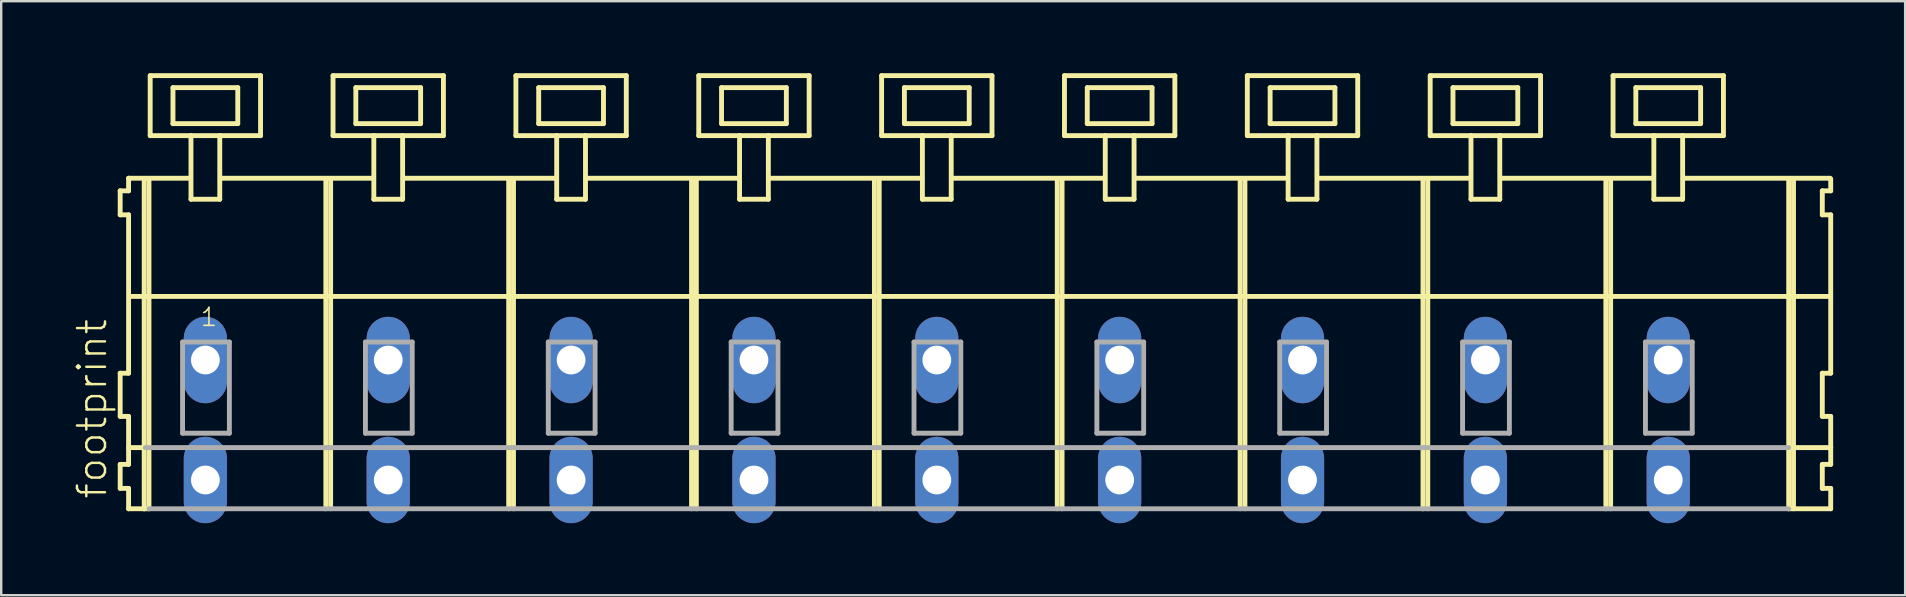
<source format=kicad_pcb>
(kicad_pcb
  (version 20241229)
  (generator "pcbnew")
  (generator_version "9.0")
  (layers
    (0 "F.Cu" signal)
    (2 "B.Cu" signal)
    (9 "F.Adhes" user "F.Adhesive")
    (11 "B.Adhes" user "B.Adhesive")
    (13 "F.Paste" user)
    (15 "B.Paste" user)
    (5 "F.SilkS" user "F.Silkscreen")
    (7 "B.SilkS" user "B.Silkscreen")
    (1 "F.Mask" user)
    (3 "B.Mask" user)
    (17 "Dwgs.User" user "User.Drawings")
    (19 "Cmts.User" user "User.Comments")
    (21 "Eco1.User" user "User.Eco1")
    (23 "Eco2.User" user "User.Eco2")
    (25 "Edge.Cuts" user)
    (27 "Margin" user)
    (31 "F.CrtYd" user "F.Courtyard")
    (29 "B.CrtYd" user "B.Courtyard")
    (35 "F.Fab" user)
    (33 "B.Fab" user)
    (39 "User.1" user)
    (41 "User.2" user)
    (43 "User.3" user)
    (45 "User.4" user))
  (footprint "footprint"
    (layer "F.Cu")
    (at 33.448 11.952)
    (property "Reference" "footprint" (at -31.975 5.855 90) (layer "F.SilkS") (effects (font (size 1.168 1.168) (thickness 0.102)) (justify left bottom)))
    (fp_line (start -31.49 -7.05) (end -31.49 -6.05) (stroke (width 0.203) (type solid)) (layer "F.SilkS"))
    (fp_line (start -31.49 -6.05) (end -31.14 -6.05) (stroke (width 0.203) (type solid)) (layer "F.SilkS"))
    (fp_line (start -31.49 0.55) (end -31.49 2.35) (stroke (width 0.203) (type solid)) (layer "F.SilkS"))
    (fp_line (start -31.49 2.35) (end -31.14 2.35) (stroke (width 0.203) (type solid)) (layer "F.SilkS"))
    (fp_line (start -31.49 4.35) (end -31.49 5.35) (stroke (width 0.203) (type solid)) (layer "F.SilkS"))
    (fp_line (start -31.49 5.35) (end -31.14 5.35) (stroke (width 0.203) (type solid)) (layer "F.SilkS"))
    (fp_line (start -31.14 -7.575) (end -31.14 -7.05) (stroke (width 0.203) (type solid)) (layer "F.SilkS"))
    (fp_line (start -31.14 -7.575) (end -28.565 -7.575) (stroke (width 0.203) (type solid)) (layer "F.SilkS"))
    (fp_line (start -31.14 -7.05) (end -31.49 -7.05) (stroke (width 0.203) (type solid)) (layer "F.SilkS"))
    (fp_line (start -31.14 -6.05) (end -31.14 0.55) (stroke (width 0.203) (type solid)) (layer "F.SilkS"))
    (fp_line (start -31.14 0.55) (end -31.49 0.55) (stroke (width 0.203) (type solid)) (layer "F.SilkS"))
    (fp_line (start -31.14 2.35) (end -31.14 4.35) (stroke (width 0.203) (type solid)) (layer "F.SilkS"))
    (fp_line (start -31.14 3.65) (end -30.44 3.65) (stroke (width 0.203) (type solid)) (layer "F.SilkS"))
    (fp_line (start -31.14 4.35) (end -31.49 4.35) (stroke (width 0.203) (type solid)) (layer "F.SilkS"))
    (fp_line (start -31.14 5.35) (end -31.14 6.2) (stroke (width 0.203) (type solid)) (layer "F.SilkS"))
    (fp_line (start -31.14 6.2) (end -30.49 6.2) (stroke (width 0.203) (type solid)) (layer "F.SilkS"))
    (fp_line (start -31.09 -2.65) (end 39.74 -2.65) (stroke (width 0.203) (type solid)) (layer "F.SilkS"))
    (fp_line (start -30.49 -7.55) (end -30.49 6.2) (stroke (width 0.203) (type solid)) (layer "F.SilkS"))
    (fp_line (start -30.49 6.2) (end -30.29 6.2) (stroke (width 0.203) (type solid)) (layer "F.SilkS"))
    (fp_line (start -30.29 -7.55) (end -30.29 6.2) (stroke (width 0.203) (type solid)) (layer "F.SilkS"))
    (fp_line (start -30.24 -11.85) (end -30.24 -9.35) (stroke (width 0.203) (type solid)) (layer "F.SilkS"))
    (fp_line (start -30.24 -9.35) (end -28.54 -9.35) (stroke (width 0.203) (type solid)) (layer "F.SilkS"))
    (fp_line (start -29.29 -11.35) (end -29.29 -9.85) (stroke (width 0.203) (type solid)) (layer "F.SilkS"))
    (fp_line (start -29.29 -9.85) (end -26.59 -9.85) (stroke (width 0.203) (type solid)) (layer "F.SilkS"))
    (fp_line (start -28.54 -9.35) (end -28.54 -6.7) (stroke (width 0.203) (type solid)) (layer "F.SilkS"))
    (fp_line (start -28.54 -9.35) (end -27.34 -9.35) (stroke (width 0.203) (type solid)) (layer "F.SilkS"))
    (fp_line (start -28.54 -6.7) (end -27.34 -6.7) (stroke (width 0.203) (type solid)) (layer "F.SilkS"))
    (fp_line (start -27.34 -9.35) (end -25.64 -9.35) (stroke (width 0.203) (type solid)) (layer "F.SilkS"))
    (fp_line (start -27.34 -6.7) (end -27.34 -9.35) (stroke (width 0.203) (type solid)) (layer "F.SilkS"))
    (fp_line (start -27.315 -7.575) (end -20.941 -7.575) (stroke (width 0.203) (type solid)) (layer "F.SilkS"))
    (fp_line (start -26.59 -11.35) (end -29.29 -11.35) (stroke (width 0.203) (type solid)) (layer "F.SilkS"))
    (fp_line (start -26.59 -9.85) (end -26.59 -11.35) (stroke (width 0.203) (type solid)) (layer "F.SilkS"))
    (fp_line (start -25.64 -11.85) (end -30.24 -11.85) (stroke (width 0.203) (type solid)) (layer "F.SilkS"))
    (fp_line (start -25.64 -9.35) (end -25.64 -11.85) (stroke (width 0.203) (type solid)) (layer "F.SilkS"))
    (fp_line (start -22.92 -7.55) (end -22.92 6.2) (stroke (width 0.203) (type solid)) (layer "F.SilkS"))
    (fp_line (start -22.72 -7.55) (end -22.72 6.2) (stroke (width 0.203) (type solid)) (layer "F.SilkS"))
    (fp_line (start -22.62 -11.85) (end -22.62 -9.35) (stroke (width 0.203) (type solid)) (layer "F.SilkS"))
    (fp_line (start -22.62 -9.35) (end -20.92 -9.35) (stroke (width 0.203) (type solid)) (layer "F.SilkS"))
    (fp_line (start -21.67 -11.35) (end -21.67 -9.85) (stroke (width 0.203) (type solid)) (layer "F.SilkS"))
    (fp_line (start -21.67 -9.85) (end -18.97 -9.85) (stroke (width 0.203) (type solid)) (layer "F.SilkS"))
    (fp_line (start -20.92 -9.35) (end -20.92 -6.7) (stroke (width 0.203) (type solid)) (layer "F.SilkS"))
    (fp_line (start -20.92 -9.35) (end -19.72 -9.35) (stroke (width 0.203) (type solid)) (layer "F.SilkS"))
    (fp_line (start -20.92 -6.7) (end -19.72 -6.7) (stroke (width 0.203) (type solid)) (layer "F.SilkS"))
    (fp_line (start -19.72 -9.35) (end -18.02 -9.35) (stroke (width 0.203) (type solid)) (layer "F.SilkS"))
    (fp_line (start -19.72 -6.7) (end -19.72 -9.35) (stroke (width 0.203) (type solid)) (layer "F.SilkS"))
    (fp_line (start -19.695 -7.575) (end -13.321 -7.575) (stroke (width 0.203) (type solid)) (layer "F.SilkS"))
    (fp_line (start -18.97 -11.35) (end -21.67 -11.35) (stroke (width 0.203) (type solid)) (layer "F.SilkS"))
    (fp_line (start -18.97 -9.85) (end -18.97 -11.35) (stroke (width 0.203) (type solid)) (layer "F.SilkS"))
    (fp_line (start -18.02 -11.85) (end -22.62 -11.85) (stroke (width 0.203) (type solid)) (layer "F.SilkS"))
    (fp_line (start -18.02 -9.35) (end -18.02 -11.85) (stroke (width 0.203) (type solid)) (layer "F.SilkS"))
    (fp_line (start -15.3 -7.55) (end -15.3 6.2) (stroke (width 0.203) (type solid)) (layer "F.SilkS"))
    (fp_line (start -15.1 -7.55) (end -15.1 6.2) (stroke (width 0.203) (type solid)) (layer "F.SilkS"))
    (fp_line (start -15 -11.85) (end -15 -9.35) (stroke (width 0.203) (type solid)) (layer "F.SilkS"))
    (fp_line (start -15 -9.35) (end -13.3 -9.35) (stroke (width 0.203) (type solid)) (layer "F.SilkS"))
    (fp_line (start -14.05 -11.35) (end -14.05 -9.85) (stroke (width 0.203) (type solid)) (layer "F.SilkS"))
    (fp_line (start -14.05 -9.85) (end -11.35 -9.85) (stroke (width 0.203) (type solid)) (layer "F.SilkS"))
    (fp_line (start -13.3 -9.35) (end -13.3 -6.7) (stroke (width 0.203) (type solid)) (layer "F.SilkS"))
    (fp_line (start -13.3 -9.35) (end -12.1 -9.35) (stroke (width 0.203) (type solid)) (layer "F.SilkS"))
    (fp_line (start -13.3 -6.7) (end -12.1 -6.7) (stroke (width 0.203) (type solid)) (layer "F.SilkS"))
    (fp_line (start -12.1 -9.35) (end -10.4 -9.35) (stroke (width 0.203) (type solid)) (layer "F.SilkS"))
    (fp_line (start -12.1 -6.7) (end -12.1 -9.35) (stroke (width 0.203) (type solid)) (layer "F.SilkS"))
    (fp_line (start -12.075 -7.575) (end -5.701 -7.575) (stroke (width 0.203) (type solid)) (layer "F.SilkS"))
    (fp_line (start -11.35 -11.35) (end -14.05 -11.35) (stroke (width 0.203) (type solid)) (layer "F.SilkS"))
    (fp_line (start -11.35 -9.85) (end -11.35 -11.35) (stroke (width 0.203) (type solid)) (layer "F.SilkS"))
    (fp_line (start -10.4 -11.85) (end -15 -11.85) (stroke (width 0.203) (type solid)) (layer "F.SilkS"))
    (fp_line (start -10.4 -9.35) (end -10.4 -11.85) (stroke (width 0.203) (type solid)) (layer "F.SilkS"))
    (fp_line (start -7.68 -7.55) (end -7.68 6.2) (stroke (width 0.203) (type solid)) (layer "F.SilkS"))
    (fp_line (start -7.48 -7.55) (end -7.48 6.2) (stroke (width 0.203) (type solid)) (layer "F.SilkS"))
    (fp_line (start -7.38 -11.85) (end -7.38 -9.35) (stroke (width 0.203) (type solid)) (layer "F.SilkS"))
    (fp_line (start -7.38 -9.35) (end -5.68 -9.35) (stroke (width 0.203) (type solid)) (layer "F.SilkS"))
    (fp_line (start -6.43 -11.35) (end -6.43 -9.85) (stroke (width 0.203) (type solid)) (layer "F.SilkS"))
    (fp_line (start -6.43 -9.85) (end -3.73 -9.85) (stroke (width 0.203) (type solid)) (layer "F.SilkS"))
    (fp_line (start -5.68 -9.35) (end -5.68 -6.7) (stroke (width 0.203) (type solid)) (layer "F.SilkS"))
    (fp_line (start -5.68 -9.35) (end -4.48 -9.35) (stroke (width 0.203) (type solid)) (layer "F.SilkS"))
    (fp_line (start -5.68 -6.7) (end -4.48 -6.7) (stroke (width 0.203) (type solid)) (layer "F.SilkS"))
    (fp_line (start -4.48 -9.35) (end -2.78 -9.35) (stroke (width 0.203) (type solid)) (layer "F.SilkS"))
    (fp_line (start -4.48 -6.7) (end -4.48 -9.35) (stroke (width 0.203) (type solid)) (layer "F.SilkS"))
    (fp_line (start -4.455 -7.575) (end 1.919 -7.575) (stroke (width 0.203) (type solid)) (layer "F.SilkS"))
    (fp_line (start -3.73 -11.35) (end -6.43 -11.35) (stroke (width 0.203) (type solid)) (layer "F.SilkS"))
    (fp_line (start -3.73 -9.85) (end -3.73 -11.35) (stroke (width 0.203) (type solid)) (layer "F.SilkS"))
    (fp_line (start -2.78 -11.85) (end -7.38 -11.85) (stroke (width 0.203) (type solid)) (layer "F.SilkS"))
    (fp_line (start -2.78 -9.35) (end -2.78 -11.85) (stroke (width 0.203) (type solid)) (layer "F.SilkS"))
    (fp_line (start -0.06 -7.55) (end -0.06 6.2) (stroke (width 0.203) (type solid)) (layer "F.SilkS"))
    (fp_line (start 0.14 -7.55) (end 0.14 6.2) (stroke (width 0.203) (type solid)) (layer "F.SilkS"))
    (fp_line (start 0.24 -11.85) (end 0.24 -9.35) (stroke (width 0.203) (type solid)) (layer "F.SilkS"))
    (fp_line (start 0.24 -9.35) (end 1.94 -9.35) (stroke (width 0.203) (type solid)) (layer "F.SilkS"))
    (fp_line (start 1.19 -11.35) (end 1.19 -9.85) (stroke (width 0.203) (type solid)) (layer "F.SilkS"))
    (fp_line (start 1.19 -9.85) (end 3.89 -9.85) (stroke (width 0.203) (type solid)) (layer "F.SilkS"))
    (fp_line (start 1.94 -9.35) (end 1.94 -6.7) (stroke (width 0.203) (type solid)) (layer "F.SilkS"))
    (fp_line (start 1.94 -9.35) (end 3.14 -9.35) (stroke (width 0.203) (type solid)) (layer "F.SilkS"))
    (fp_line (start 1.94 -6.7) (end 3.14 -6.7) (stroke (width 0.203) (type solid)) (layer "F.SilkS"))
    (fp_line (start 3.14 -9.35) (end 4.84 -9.35) (stroke (width 0.203) (type solid)) (layer "F.SilkS"))
    (fp_line (start 3.14 -6.7) (end 3.14 -9.35) (stroke (width 0.203) (type solid)) (layer "F.SilkS"))
    (fp_line (start 3.165 -7.575) (end 9.539 -7.575) (stroke (width 0.203) (type solid)) (layer "F.SilkS"))
    (fp_line (start 3.89 -11.35) (end 1.19 -11.35) (stroke (width 0.203) (type solid)) (layer "F.SilkS"))
    (fp_line (start 3.89 -9.85) (end 3.89 -11.35) (stroke (width 0.203) (type solid)) (layer "F.SilkS"))
    (fp_line (start 4.84 -11.85) (end 0.24 -11.85) (stroke (width 0.203) (type solid)) (layer "F.SilkS"))
    (fp_line (start 4.84 -9.35) (end 4.84 -11.85) (stroke (width 0.203) (type solid)) (layer "F.SilkS"))
    (fp_line (start 7.56 -7.55) (end 7.56 6.2) (stroke (width 0.203) (type solid)) (layer "F.SilkS"))
    (fp_line (start 7.76 -7.55) (end 7.76 6.2) (stroke (width 0.203) (type solid)) (layer "F.SilkS"))
    (fp_line (start 7.86 -11.85) (end 7.86 -9.35) (stroke (width 0.203) (type solid)) (layer "F.SilkS"))
    (fp_line (start 7.86 -9.35) (end 9.56 -9.35) (stroke (width 0.203) (type solid)) (layer "F.SilkS"))
    (fp_line (start 8.81 -11.35) (end 8.81 -9.85) (stroke (width 0.203) (type solid)) (layer "F.SilkS"))
    (fp_line (start 8.81 -9.85) (end 11.51 -9.85) (stroke (width 0.203) (type solid)) (layer "F.SilkS"))
    (fp_line (start 9.56 -9.35) (end 9.56 -6.7) (stroke (width 0.203) (type solid)) (layer "F.SilkS"))
    (fp_line (start 9.56 -9.35) (end 10.76 -9.35) (stroke (width 0.203) (type solid)) (layer "F.SilkS"))
    (fp_line (start 9.56 -6.7) (end 10.76 -6.7) (stroke (width 0.203) (type solid)) (layer "F.SilkS"))
    (fp_line (start 10.76 -9.35) (end 12.46 -9.35) (stroke (width 0.203) (type solid)) (layer "F.SilkS"))
    (fp_line (start 10.76 -6.7) (end 10.76 -9.35) (stroke (width 0.203) (type solid)) (layer "F.SilkS"))
    (fp_line (start 10.785 -7.575) (end 17.159 -7.575) (stroke (width 0.203) (type solid)) (layer "F.SilkS"))
    (fp_line (start 11.51 -11.35) (end 8.81 -11.35) (stroke (width 0.203) (type solid)) (layer "F.SilkS"))
    (fp_line (start 11.51 -9.85) (end 11.51 -11.35) (stroke (width 0.203) (type solid)) (layer "F.SilkS"))
    (fp_line (start 12.46 -11.85) (end 7.86 -11.85) (stroke (width 0.203) (type solid)) (layer "F.SilkS"))
    (fp_line (start 12.46 -9.35) (end 12.46 -11.85) (stroke (width 0.203) (type solid)) (layer "F.SilkS"))
    (fp_line (start 15.18 -7.55) (end 15.18 6.2) (stroke (width 0.203) (type solid)) (layer "F.SilkS"))
    (fp_line (start 15.38 -7.55) (end 15.38 6.2) (stroke (width 0.203) (type solid)) (layer "F.SilkS"))
    (fp_line (start 15.48 -11.85) (end 15.48 -9.35) (stroke (width 0.203) (type solid)) (layer "F.SilkS"))
    (fp_line (start 15.48 -9.35) (end 17.18 -9.35) (stroke (width 0.203) (type solid)) (layer "F.SilkS"))
    (fp_line (start 16.43 -11.35) (end 16.43 -9.85) (stroke (width 0.203) (type solid)) (layer "F.SilkS"))
    (fp_line (start 16.43 -9.85) (end 19.13 -9.85) (stroke (width 0.203) (type solid)) (layer "F.SilkS"))
    (fp_line (start 17.18 -9.35) (end 17.18 -6.7) (stroke (width 0.203) (type solid)) (layer "F.SilkS"))
    (fp_line (start 17.18 -9.35) (end 18.38 -9.35) (stroke (width 0.203) (type solid)) (layer "F.SilkS"))
    (fp_line (start 17.18 -6.7) (end 18.38 -6.7) (stroke (width 0.203) (type solid)) (layer "F.SilkS"))
    (fp_line (start 18.38 -9.35) (end 20.08 -9.35) (stroke (width 0.203) (type solid)) (layer "F.SilkS"))
    (fp_line (start 18.38 -6.7) (end 18.38 -9.35) (stroke (width 0.203) (type solid)) (layer "F.SilkS"))
    (fp_line (start 18.405 -7.575) (end 24.779 -7.575) (stroke (width 0.203) (type solid)) (layer "F.SilkS"))
    (fp_line (start 19.13 -11.35) (end 16.43 -11.35) (stroke (width 0.203) (type solid)) (layer "F.SilkS"))
    (fp_line (start 19.13 -9.85) (end 19.13 -11.35) (stroke (width 0.203) (type solid)) (layer "F.SilkS"))
    (fp_line (start 20.08 -11.85) (end 15.48 -11.85) (stroke (width 0.203) (type solid)) (layer "F.SilkS"))
    (fp_line (start 20.08 -9.35) (end 20.08 -11.85) (stroke (width 0.203) (type solid)) (layer "F.SilkS"))
    (fp_line (start 22.8 -7.55) (end 22.8 6.2) (stroke (width 0.203) (type solid)) (layer "F.SilkS"))
    (fp_line (start 23 -7.55) (end 23 6.2) (stroke (width 0.203) (type solid)) (layer "F.SilkS"))
    (fp_line (start 23.1 -11.85) (end 23.1 -9.35) (stroke (width 0.203) (type solid)) (layer "F.SilkS"))
    (fp_line (start 23.1 -9.35) (end 24.8 -9.35) (stroke (width 0.203) (type solid)) (layer "F.SilkS"))
    (fp_line (start 24.05 -11.35) (end 24.05 -9.85) (stroke (width 0.203) (type solid)) (layer "F.SilkS"))
    (fp_line (start 24.05 -9.85) (end 26.75 -9.85) (stroke (width 0.203) (type solid)) (layer "F.SilkS"))
    (fp_line (start 24.8 -9.35) (end 24.8 -6.7) (stroke (width 0.203) (type solid)) (layer "F.SilkS"))
    (fp_line (start 24.8 -9.35) (end 26 -9.35) (stroke (width 0.203) (type solid)) (layer "F.SilkS"))
    (fp_line (start 24.8 -6.7) (end 26 -6.7) (stroke (width 0.203) (type solid)) (layer "F.SilkS"))
    (fp_line (start 26 -9.35) (end 27.7 -9.35) (stroke (width 0.203) (type solid)) (layer "F.SilkS"))
    (fp_line (start 26 -6.7) (end 26 -9.35) (stroke (width 0.203) (type solid)) (layer "F.SilkS"))
    (fp_line (start 26.025 -7.575) (end 32.399 -7.575) (stroke (width 0.203) (type solid)) (layer "F.SilkS"))
    (fp_line (start 26.75 -11.35) (end 24.05 -11.35) (stroke (width 0.203) (type solid)) (layer "F.SilkS"))
    (fp_line (start 26.75 -9.85) (end 26.75 -11.35) (stroke (width 0.203) (type solid)) (layer "F.SilkS"))
    (fp_line (start 27.7 -11.85) (end 23.1 -11.85) (stroke (width 0.203) (type solid)) (layer "F.SilkS"))
    (fp_line (start 27.7 -9.35) (end 27.7 -11.85) (stroke (width 0.203) (type solid)) (layer "F.SilkS"))
    (fp_line (start 30.42 -7.55) (end 30.42 6.2) (stroke (width 0.203) (type solid)) (layer "F.SilkS"))
    (fp_line (start 30.62 -7.55) (end 30.62 6.2) (stroke (width 0.203) (type solid)) (layer "F.SilkS"))
    (fp_line (start 30.72 -11.85) (end 30.72 -9.35) (stroke (width 0.203) (type solid)) (layer "F.SilkS"))
    (fp_line (start 30.72 -9.35) (end 32.42 -9.35) (stroke (width 0.203) (type solid)) (layer "F.SilkS"))
    (fp_line (start 31.67 -11.35) (end 31.67 -9.85) (stroke (width 0.203) (type solid)) (layer "F.SilkS"))
    (fp_line (start 31.67 -9.85) (end 34.37 -9.85) (stroke (width 0.203) (type solid)) (layer "F.SilkS"))
    (fp_line (start 32.42 -9.35) (end 32.42 -6.7) (stroke (width 0.203) (type solid)) (layer "F.SilkS"))
    (fp_line (start 32.42 -9.35) (end 33.62 -9.35) (stroke (width 0.203) (type solid)) (layer "F.SilkS"))
    (fp_line (start 32.42 -6.7) (end 33.62 -6.7) (stroke (width 0.203) (type solid)) (layer "F.SilkS"))
    (fp_line (start 33.62 -9.35) (end 35.32 -9.35) (stroke (width 0.203) (type solid)) (layer "F.SilkS"))
    (fp_line (start 33.62 -6.7) (end 33.62 -9.35) (stroke (width 0.203) (type solid)) (layer "F.SilkS"))
    (fp_line (start 33.645 -7.575) (end 39.765 -7.575) (stroke (width 0.203) (type solid)) (layer "F.SilkS"))
    (fp_line (start 34.37 -11.35) (end 31.67 -11.35) (stroke (width 0.203) (type solid)) (layer "F.SilkS"))
    (fp_line (start 34.37 -9.85) (end 34.37 -11.35) (stroke (width 0.203) (type solid)) (layer "F.SilkS"))
    (fp_line (start 35.32 -11.85) (end 30.72 -11.85) (stroke (width 0.203) (type solid)) (layer "F.SilkS"))
    (fp_line (start 35.32 -9.35) (end 35.32 -11.85) (stroke (width 0.203) (type solid)) (layer "F.SilkS"))
    (fp_line (start 38.04 -7.55) (end 38.04 6.2) (stroke (width 0.203) (type solid)) (layer "F.SilkS"))
    (fp_line (start 38.04 6.2) (end 39.79 6.2) (stroke (width 0.203) (type solid)) (layer "F.SilkS"))
    (fp_line (start 38.09 3.65) (end 39.79 3.65) (stroke (width 0.203) (type solid)) (layer "F.SilkS"))
    (fp_line (start 38.24 -7.55) (end 38.24 6.2) (stroke (width 0.203) (type solid)) (layer "F.SilkS"))
    (fp_line (start 39.44 -7.05) (end 39.44 -6.05) (stroke (width 0.203) (type solid)) (layer "F.SilkS"))
    (fp_line (start 39.44 -6.05) (end 39.79 -6.05) (stroke (width 0.203) (type solid)) (layer "F.SilkS"))
    (fp_line (start 39.44 0.55) (end 39.44 2.35) (stroke (width 0.203) (type solid)) (layer "F.SilkS"))
    (fp_line (start 39.44 2.35) (end 39.79 2.35) (stroke (width 0.203) (type solid)) (layer "F.SilkS"))
    (fp_line (start 39.44 4.35) (end 39.44 5.35) (stroke (width 0.203) (type solid)) (layer "F.SilkS"))
    (fp_line (start 39.44 5.35) (end 39.79 5.35) (stroke (width 0.203) (type solid)) (layer "F.SilkS"))
    (fp_line (start 39.79 -7.05) (end 39.44 -7.05) (stroke (width 0.203) (type solid)) (layer "F.SilkS"))
    (fp_line (start 39.79 -7.05) (end 39.79 -7.55) (stroke (width 0.203) (type solid)) (layer "F.SilkS"))
    (fp_line (start 39.79 0.55) (end 39.44 0.55) (stroke (width 0.203) (type solid)) (layer "F.SilkS"))
    (fp_line (start 39.79 0.55) (end 39.79 -6.05) (stroke (width 0.203) (type solid)) (layer "F.SilkS"))
    (fp_line (start 39.79 3.65) (end 39.79 2.35) (stroke (width 0.203) (type solid)) (layer "F.SilkS"))
    (fp_line (start 39.79 4.35) (end 39.44 4.35) (stroke (width 0.203) (type solid)) (layer "F.SilkS"))
    (fp_line (start 39.79 4.35) (end 39.79 3.65) (stroke (width 0.203) (type solid)) (layer "F.SilkS"))
    (fp_line (start 39.79 6.2) (end 39.79 5.35) (stroke (width 0.203) (type solid)) (layer "F.SilkS"))
    (fp_line (start -30.44 3.65) (end 38.04 3.65) (stroke (width 0.203) (type solid)) (layer "F.Fab"))
    (fp_line (start -30.29 6.2) (end 38.04 6.2) (stroke (width 0.203) (type solid)) (layer "F.Fab"))
    (fp_line (start -28.89 -0.75) (end -28.89 3.05) (stroke (width 0.203) (type solid)) (layer "F.Fab"))
    (fp_line (start -28.89 3.05) (end -26.94 3.05) (stroke (width 0.203) (type solid)) (layer "F.Fab"))
    (fp_line (start -26.94 -0.75) (end -28.89 -0.75) (stroke (width 0.203) (type solid)) (layer "F.Fab"))
    (fp_line (start -26.94 3.05) (end -26.94 -0.75) (stroke (width 0.203) (type solid)) (layer "F.Fab"))
    (fp_line (start -21.27 -0.75) (end -21.27 3.05) (stroke (width 0.203) (type solid)) (layer "F.Fab"))
    (fp_line (start -21.27 3.05) (end -19.32 3.05) (stroke (width 0.203) (type solid)) (layer "F.Fab"))
    (fp_line (start -19.32 -0.75) (end -21.27 -0.75) (stroke (width 0.203) (type solid)) (layer "F.Fab"))
    (fp_line (start -19.32 3.05) (end -19.32 -0.75) (stroke (width 0.203) (type solid)) (layer "F.Fab"))
    (fp_line (start -13.65 -0.75) (end -13.65 3.05) (stroke (width 0.203) (type solid)) (layer "F.Fab"))
    (fp_line (start -13.65 3.05) (end -11.7 3.05) (stroke (width 0.203) (type solid)) (layer "F.Fab"))
    (fp_line (start -11.7 -0.75) (end -13.65 -0.75) (stroke (width 0.203) (type solid)) (layer "F.Fab"))
    (fp_line (start -11.7 3.05) (end -11.7 -0.75) (stroke (width 0.203) (type solid)) (layer "F.Fab"))
    (fp_line (start -6.03 -0.75) (end -6.03 3.05) (stroke (width 0.203) (type solid)) (layer "F.Fab"))
    (fp_line (start -6.03 3.05) (end -4.08 3.05) (stroke (width 0.203) (type solid)) (layer "F.Fab"))
    (fp_line (start -4.08 -0.75) (end -6.03 -0.75) (stroke (width 0.203) (type solid)) (layer "F.Fab"))
    (fp_line (start -4.08 3.05) (end -4.08 -0.75) (stroke (width 0.203) (type solid)) (layer "F.Fab"))
    (fp_line (start 1.59 -0.75) (end 1.59 3.05) (stroke (width 0.203) (type solid)) (layer "F.Fab"))
    (fp_line (start 1.59 3.05) (end 3.54 3.05) (stroke (width 0.203) (type solid)) (layer "F.Fab"))
    (fp_line (start 3.54 -0.75) (end 1.59 -0.75) (stroke (width 0.203) (type solid)) (layer "F.Fab"))
    (fp_line (start 3.54 3.05) (end 3.54 -0.75) (stroke (width 0.203) (type solid)) (layer "F.Fab"))
    (fp_line (start 9.21 -0.75) (end 9.21 3.05) (stroke (width 0.203) (type solid)) (layer "F.Fab"))
    (fp_line (start 9.21 3.05) (end 11.16 3.05) (stroke (width 0.203) (type solid)) (layer "F.Fab"))
    (fp_line (start 11.16 -0.75) (end 9.21 -0.75) (stroke (width 0.203) (type solid)) (layer "F.Fab"))
    (fp_line (start 11.16 3.05) (end 11.16 -0.75) (stroke (width 0.203) (type solid)) (layer "F.Fab"))
    (fp_line (start 16.83 -0.75) (end 16.83 3.05) (stroke (width 0.203) (type solid)) (layer "F.Fab"))
    (fp_line (start 16.83 3.05) (end 18.78 3.05) (stroke (width 0.203) (type solid)) (layer "F.Fab"))
    (fp_line (start 18.78 -0.75) (end 16.83 -0.75) (stroke (width 0.203) (type solid)) (layer "F.Fab"))
    (fp_line (start 18.78 3.05) (end 18.78 -0.75) (stroke (width 0.203) (type solid)) (layer "F.Fab"))
    (fp_line (start 24.45 -0.75) (end 24.45 3.05) (stroke (width 0.203) (type solid)) (layer "F.Fab"))
    (fp_line (start 24.45 3.05) (end 26.4 3.05) (stroke (width 0.203) (type solid)) (layer "F.Fab"))
    (fp_line (start 26.4 -0.75) (end 24.45 -0.75) (stroke (width 0.203) (type solid)) (layer "F.Fab"))
    (fp_line (start 26.4 3.05) (end 26.4 -0.75) (stroke (width 0.203) (type solid)) (layer "F.Fab"))
    (fp_line (start 32.07 -0.75) (end 32.07 3.05) (stroke (width 0.203) (type solid)) (layer "F.Fab"))
    (fp_line (start 32.07 3.05) (end 34.02 3.05) (stroke (width 0.203) (type solid)) (layer "F.Fab"))
    (fp_line (start 34.02 -0.75) (end 32.07 -0.75) (stroke (width 0.203) (type solid)) (layer "F.Fab"))
    (fp_line (start 34.02 3.05) (end 34.02 -0.75) (stroke (width 0.203) (type solid)) (layer "F.Fab"))
    (fp_text user "1" (at -28.19 -1.35 0) (layer "F.SilkS") (effects (font (size 0.748 0.748) (thickness 0.065)) (justify left bottom)))
    (pad "A1" thru_hole oval (at -27.94 0 90) (size 3.6 1.8) (drill 1.2) (layers "*.Cu" "*.Mask"))
    (pad "A2" thru_hole oval (at -20.32 0 90) (size 3.6 1.8) (drill 1.2) (layers "*.Cu" "*.Mask"))
    (pad "A3" thru_hole oval (at -12.7 0 90) (size 3.6 1.8) (drill 1.2) (layers "*.Cu" "*.Mask"))
    (pad "A4" thru_hole oval (at -5.08 0 90) (size 3.6 1.8) (drill 1.2) (layers "*.Cu" "*.Mask"))
    (pad "A5" thru_hole oval (at 2.54 0 90) (size 3.6 1.8) (drill 1.2) (layers "*.Cu" "*.Mask"))
    (pad "A6" thru_hole oval (at 10.16 0 90) (size 3.6 1.8) (drill 1.2) (layers "*.Cu" "*.Mask"))
    (pad "A7" thru_hole oval (at 17.78 0 90) (size 3.6 1.8) (drill 1.2) (layers "*.Cu" "*.Mask"))
    (pad "A8" thru_hole oval (at 25.4 0 90) (size 3.6 1.8) (drill 1.2) (layers "*.Cu" "*.Mask"))
    (pad "A9" thru_hole oval (at 33.02 0 90) (size 3.6 1.8) (drill 1.2) (layers "*.Cu" "*.Mask"))
    (pad "B1" thru_hole oval (at -27.94 5 90) (size 3.6 1.8) (drill 1.2) (layers "*.Cu" "*.Mask"))
    (pad "B2" thru_hole oval (at -20.32 5 90) (size 3.6 1.8) (drill 1.2) (layers "*.Cu" "*.Mask"))
    (pad "B3" thru_hole oval (at -12.7 5 90) (size 3.6 1.8) (drill 1.2) (layers "*.Cu" "*.Mask"))
    (pad "B4" thru_hole oval (at -5.08 5 90) (size 3.6 1.8) (drill 1.2) (layers "*.Cu" "*.Mask"))
    (pad "B5" thru_hole oval (at 2.54 5 90) (size 3.6 1.8) (drill 1.2) (layers "*.Cu" "*.Mask"))
    (pad "B6" thru_hole oval (at 10.16 5 90) (size 3.6 1.8) (drill 1.2) (layers "*.Cu" "*.Mask"))
    (pad "B7" thru_hole oval (at 17.78 5 90) (size 3.6 1.8) (drill 1.2) (layers "*.Cu" "*.Mask"))
    (pad "B8" thru_hole oval (at 25.4 5 90) (size 3.6 1.8) (drill 1.2) (layers "*.Cu" "*.Mask"))
    (pad "B9" thru_hole oval (at 33.02 5 90) (size 3.6 1.8) (drill 1.2) (layers "*.Cu" "*.Mask")))
  (gr_rect
    (start -3 -3)
    (end 76.34 21.752)
    (stroke (width 0.1) (type default))
    (fill no)
    (layer "Edge.Cuts")))
</source>
